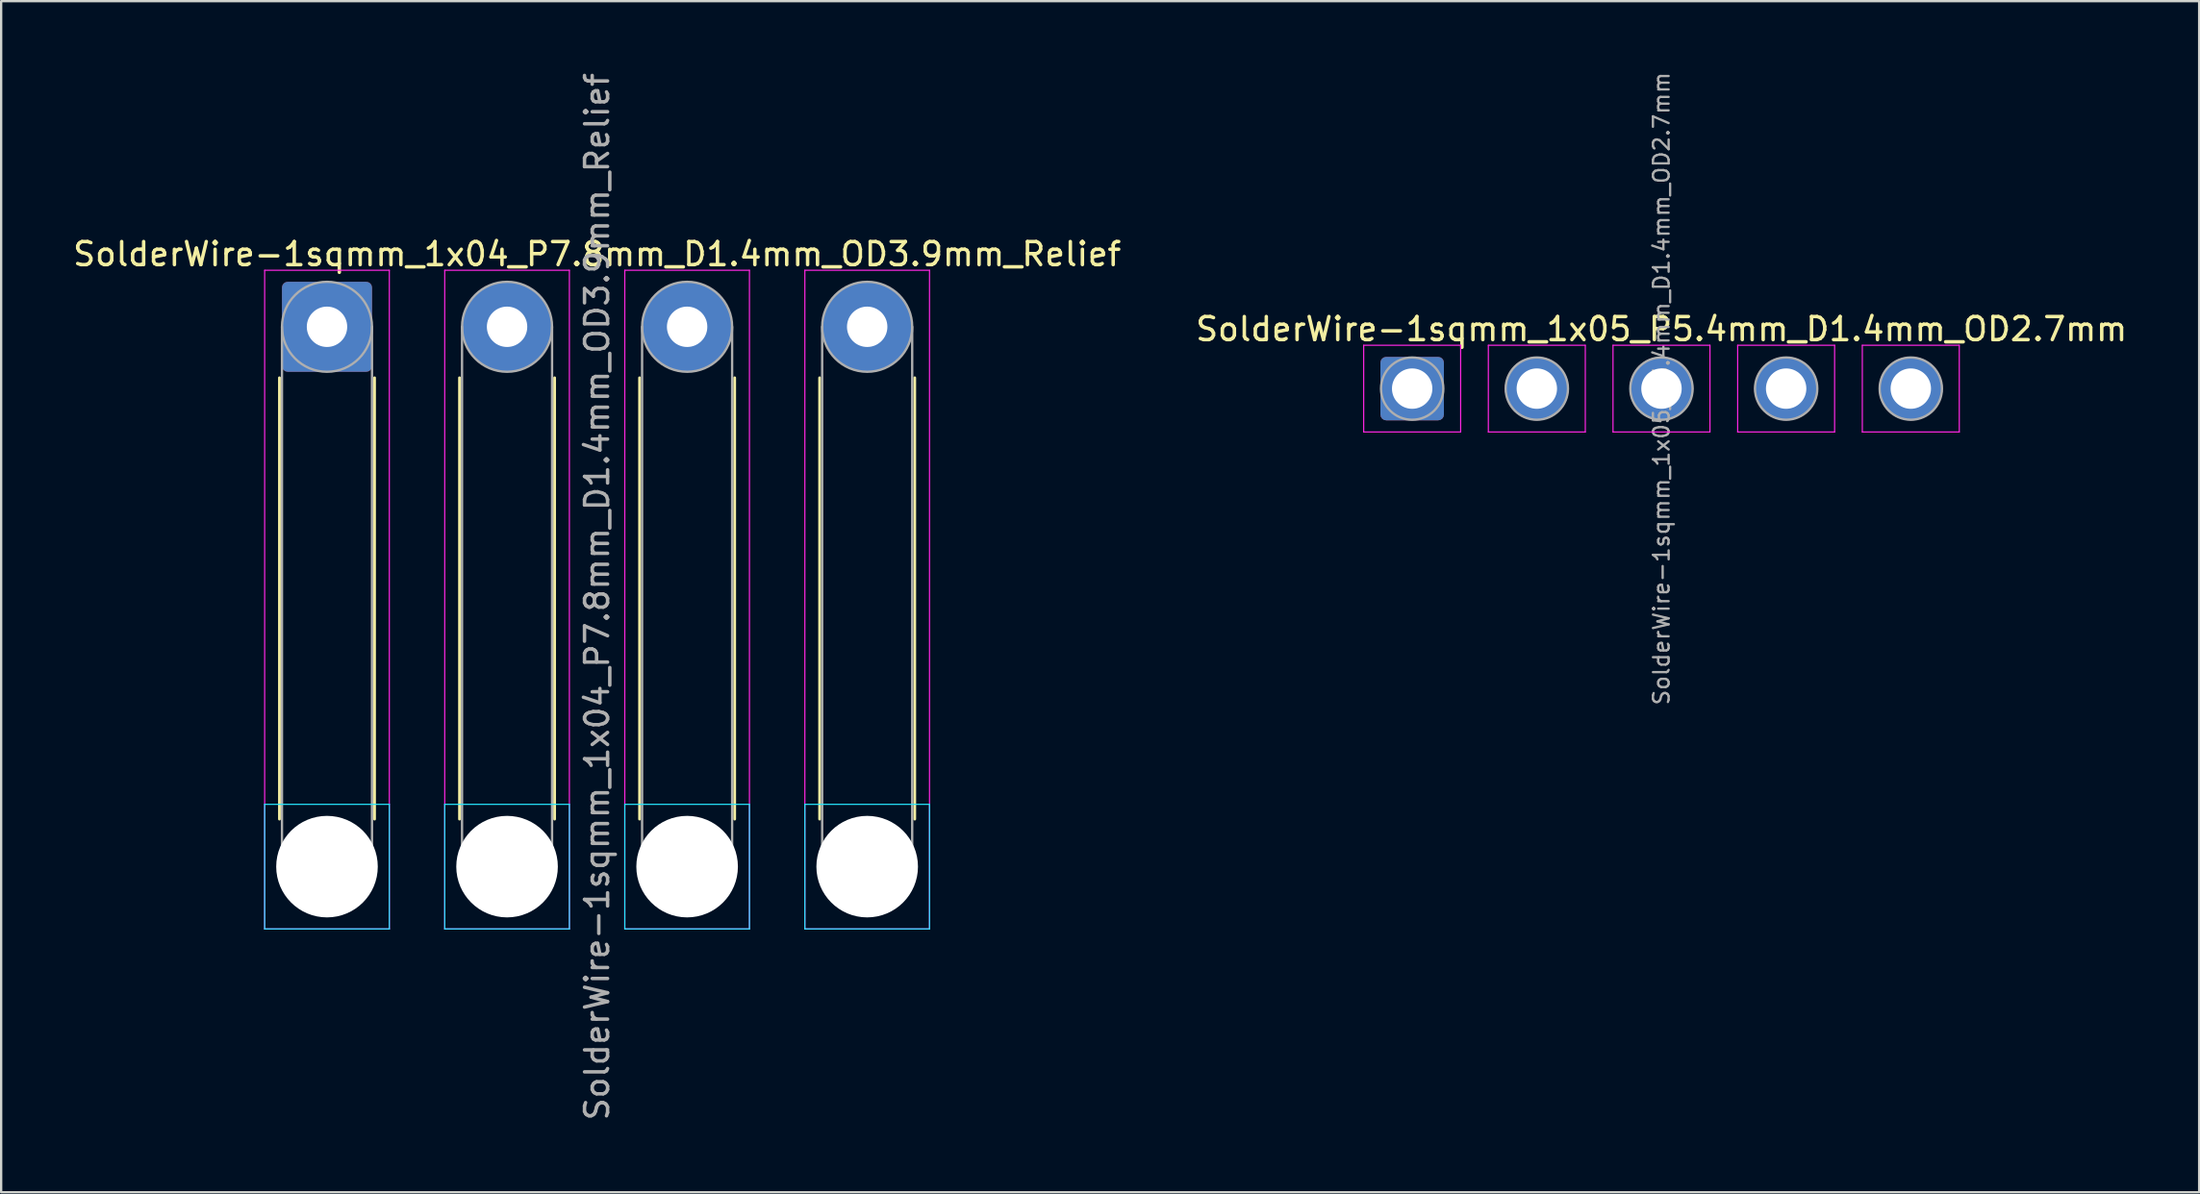
<source format=kicad_pcb>
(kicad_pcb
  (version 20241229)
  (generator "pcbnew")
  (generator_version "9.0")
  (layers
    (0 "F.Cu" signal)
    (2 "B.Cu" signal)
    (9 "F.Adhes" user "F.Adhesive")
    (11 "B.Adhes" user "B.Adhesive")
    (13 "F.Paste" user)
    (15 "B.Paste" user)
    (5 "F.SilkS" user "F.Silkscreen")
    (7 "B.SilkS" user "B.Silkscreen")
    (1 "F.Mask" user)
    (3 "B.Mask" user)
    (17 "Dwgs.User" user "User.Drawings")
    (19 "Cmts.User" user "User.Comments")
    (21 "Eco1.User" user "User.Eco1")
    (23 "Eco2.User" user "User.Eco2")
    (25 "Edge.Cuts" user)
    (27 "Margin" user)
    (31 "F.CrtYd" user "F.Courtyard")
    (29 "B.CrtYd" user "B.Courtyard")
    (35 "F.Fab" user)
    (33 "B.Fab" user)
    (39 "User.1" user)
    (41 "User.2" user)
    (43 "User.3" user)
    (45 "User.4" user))
  (footprint "SolderWire-1sqmm_1x05_P5.4mm_D1.4mm_OD2.7mm"
    (layer "F.Cu")
    (at 58.123 13.795)
    (property "Reference" "SolderWire-1sqmm_1x05_P5.4mm_D1.4mm_OD2.7mm" (at 10.8 -2.58 0) (layer "F.SilkS") (effects (font (size 1 1) (thickness 0.15))))
    (attr exclude_from_pos_files exclude_from_bom)
    (fp_line (start -2.1 -1.88) (end -2.1 1.88) (stroke (width 0.05) (type solid)) (layer "F.CrtYd"))
    (fp_line (start -2.1 1.88) (end 2.1 1.88) (stroke (width 0.05) (type solid)) (layer "F.CrtYd"))
    (fp_line (start 2.1 -1.88) (end -2.1 -1.88) (stroke (width 0.05) (type solid)) (layer "F.CrtYd"))
    (fp_line (start 2.1 1.88) (end 2.1 -1.88) (stroke (width 0.05) (type solid)) (layer "F.CrtYd"))
    (fp_line (start 3.3 -1.88) (end 3.3 1.88) (stroke (width 0.05) (type solid)) (layer "F.CrtYd"))
    (fp_line (start 3.3 1.88) (end 7.5 1.88) (stroke (width 0.05) (type solid)) (layer "F.CrtYd"))
    (fp_line (start 7.5 -1.88) (end 3.3 -1.88) (stroke (width 0.05) (type solid)) (layer "F.CrtYd"))
    (fp_line (start 7.5 1.88) (end 7.5 -1.88) (stroke (width 0.05) (type solid)) (layer "F.CrtYd"))
    (fp_line (start 8.7 -1.88) (end 8.7 1.88) (stroke (width 0.05) (type solid)) (layer "F.CrtYd"))
    (fp_line (start 8.7 1.88) (end 12.9 1.88) (stroke (width 0.05) (type solid)) (layer "F.CrtYd"))
    (fp_line (start 12.9 -1.88) (end 8.7 -1.88) (stroke (width 0.05) (type solid)) (layer "F.CrtYd"))
    (fp_line (start 12.9 1.88) (end 12.9 -1.88) (stroke (width 0.05) (type solid)) (layer "F.CrtYd"))
    (fp_line (start 14.1 -1.88) (end 14.1 1.88) (stroke (width 0.05) (type solid)) (layer "F.CrtYd"))
    (fp_line (start 14.1 1.88) (end 18.3 1.88) (stroke (width 0.05) (type solid)) (layer "F.CrtYd"))
    (fp_line (start 18.3 -1.88) (end 14.1 -1.88) (stroke (width 0.05) (type solid)) (layer "F.CrtYd"))
    (fp_line (start 18.3 1.88) (end 18.3 -1.88) (stroke (width 0.05) (type solid)) (layer "F.CrtYd"))
    (fp_line (start 19.5 -1.88) (end 19.5 1.88) (stroke (width 0.05) (type solid)) (layer "F.CrtYd"))
    (fp_line (start 19.5 1.88) (end 23.7 1.88) (stroke (width 0.05) (type solid)) (layer "F.CrtYd"))
    (fp_line (start 23.7 -1.88) (end 19.5 -1.88) (stroke (width 0.05) (type solid)) (layer "F.CrtYd"))
    (fp_line (start 23.7 1.88) (end 23.7 -1.88) (stroke (width 0.05) (type solid)) (layer "F.CrtYd"))
    (fp_circle (center 0 0) (end 1.35 0) (stroke (width 0.1) (type solid)) (fill no) (layer "F.Fab"))
    (fp_circle (center 5.4 0) (end 6.75 0) (stroke (width 0.1) (type solid)) (fill no) (layer "F.Fab"))
    (fp_circle (center 10.8 0) (end 12.15 0) (stroke (width 0.1) (type solid)) (fill no) (layer "F.Fab"))
    (fp_circle (center 16.2 0) (end 17.55 0) (stroke (width 0.1) (type solid)) (fill no) (layer "F.Fab"))
    (fp_circle (center 21.6 0) (end 22.95 0) (stroke (width 0.1) (type solid)) (fill no) (layer "F.Fab"))
    (fp_text user "${REFERENCE}" (at 10.8 0 90) (layer "F.Fab") (effects (font (size 0.68 0.68) (thickness 0.1))))
    (pad "1" thru_hole roundrect (at 0 0) (size 2.75 2.75) (drill 1.75) (layers "*.Cu" "*.Mask") (roundrect_rratio 0.091))
    (pad "2" thru_hole circle (at 5.4 0) (size 2.75 2.75) (drill 1.75) (layers "*.Cu" "*.Mask"))
    (pad "3" thru_hole circle (at 10.8 0) (size 2.75 2.75) (drill 1.75) (layers "*.Cu" "*.Mask"))
    (pad "4" thru_hole circle (at 16.2 0) (size 2.75 2.75) (drill 1.75) (layers "*.Cu" "*.Mask"))
    (pad "5" thru_hole circle (at 21.6 0) (size 2.75 2.75) (drill 1.75) (layers "*.Cu" "*.Mask")))
  (footprint "SolderWire-1sqmm_1x04_P7.8mm_D1.4mm_OD3.9mm_Relief"
    (layer "F.Cu")
    (at 11.115 11.115)
    (property "Reference" "SolderWire-1sqmm_1x04_P7.8mm_D1.4mm_OD3.9mm_Relief" (at 11.7 -3.15 0) (layer "F.SilkS") (effects (font (size 1 1) (thickness 0.15))))
    (attr exclude_from_pos_files exclude_from_bom)
    (fp_line (start -2.06 2.21) (end -2.06 21.34) (stroke (width 0.12) (type solid)) (layer "F.SilkS"))
    (fp_line (start 2.06 2.21) (end 2.06 21.34) (stroke (width 0.12) (type solid)) (layer "F.SilkS"))
    (fp_line (start 5.74 2.21) (end 5.74 21.34) (stroke (width 0.12) (type solid)) (layer "F.SilkS"))
    (fp_line (start 9.86 2.21) (end 9.86 21.34) (stroke (width 0.12) (type solid)) (layer "F.SilkS"))
    (fp_line (start 13.54 2.21) (end 13.54 21.34) (stroke (width 0.12) (type solid)) (layer "F.SilkS"))
    (fp_line (start 17.66 2.21) (end 17.66 21.34) (stroke (width 0.12) (type solid)) (layer "F.SilkS"))
    (fp_line (start 21.34 2.21) (end 21.34 21.34) (stroke (width 0.12) (type solid)) (layer "F.SilkS"))
    (fp_line (start 25.46 2.21) (end 25.46 21.34) (stroke (width 0.12) (type solid)) (layer "F.SilkS"))
    (fp_line (start -2.7 20.7) (end -2.7 26.1) (stroke (width 0.05) (type solid)) (layer "B.CrtYd"))
    (fp_line (start -2.7 26.1) (end 2.7 26.1) (stroke (width 0.05) (type solid)) (layer "B.CrtYd"))
    (fp_line (start 2.7 20.7) (end -2.7 20.7) (stroke (width 0.05) (type solid)) (layer "B.CrtYd"))
    (fp_line (start 2.7 26.1) (end 2.7 20.7) (stroke (width 0.05) (type solid)) (layer "B.CrtYd"))
    (fp_line (start 5.1 20.7) (end 5.1 26.1) (stroke (width 0.05) (type solid)) (layer "B.CrtYd"))
    (fp_line (start 5.1 26.1) (end 10.5 26.1) (stroke (width 0.05) (type solid)) (layer "B.CrtYd"))
    (fp_line (start 10.5 20.7) (end 5.1 20.7) (stroke (width 0.05) (type solid)) (layer "B.CrtYd"))
    (fp_line (start 10.5 26.1) (end 10.5 20.7) (stroke (width 0.05) (type solid)) (layer "B.CrtYd"))
    (fp_line (start 12.9 20.7) (end 12.9 26.1) (stroke (width 0.05) (type solid)) (layer "B.CrtYd"))
    (fp_line (start 12.9 26.1) (end 18.3 26.1) (stroke (width 0.05) (type solid)) (layer "B.CrtYd"))
    (fp_line (start 18.3 20.7) (end 12.9 20.7) (stroke (width 0.05) (type solid)) (layer "B.CrtYd"))
    (fp_line (start 18.3 26.1) (end 18.3 20.7) (stroke (width 0.05) (type solid)) (layer "B.CrtYd"))
    (fp_line (start 20.7 20.7) (end 20.7 26.1) (stroke (width 0.05) (type solid)) (layer "B.CrtYd"))
    (fp_line (start 20.7 26.1) (end 26.1 26.1) (stroke (width 0.05) (type solid)) (layer "B.CrtYd"))
    (fp_line (start 26.1 20.7) (end 20.7 20.7) (stroke (width 0.05) (type solid)) (layer "B.CrtYd"))
    (fp_line (start 26.1 26.1) (end 26.1 20.7) (stroke (width 0.05) (type solid)) (layer "B.CrtYd"))
    (fp_line (start -2.7 -2.45) (end -2.7 26.1) (stroke (width 0.05) (type solid)) (layer "F.CrtYd"))
    (fp_line (start -2.7 26.1) (end 2.7 26.1) (stroke (width 0.05) (type solid)) (layer "F.CrtYd"))
    (fp_line (start 2.7 -2.45) (end -2.7 -2.45) (stroke (width 0.05) (type solid)) (layer "F.CrtYd"))
    (fp_line (start 2.7 26.1) (end 2.7 -2.45) (stroke (width 0.05) (type solid)) (layer "F.CrtYd"))
    (fp_line (start 5.1 -2.45) (end 5.1 26.1) (stroke (width 0.05) (type solid)) (layer "F.CrtYd"))
    (fp_line (start 5.1 26.1) (end 10.5 26.1) (stroke (width 0.05) (type solid)) (layer "F.CrtYd"))
    (fp_line (start 10.5 -2.45) (end 5.1 -2.45) (stroke (width 0.05) (type solid)) (layer "F.CrtYd"))
    (fp_line (start 10.5 26.1) (end 10.5 -2.45) (stroke (width 0.05) (type solid)) (layer "F.CrtYd"))
    (fp_line (start 12.9 -2.45) (end 12.9 26.1) (stroke (width 0.05) (type solid)) (layer "F.CrtYd"))
    (fp_line (start 12.9 26.1) (end 18.3 26.1) (stroke (width 0.05) (type solid)) (layer "F.CrtYd"))
    (fp_line (start 18.3 -2.45) (end 12.9 -2.45) (stroke (width 0.05) (type solid)) (layer "F.CrtYd"))
    (fp_line (start 18.3 26.1) (end 18.3 -2.45) (stroke (width 0.05) (type solid)) (layer "F.CrtYd"))
    (fp_line (start 20.7 -2.45) (end 20.7 26.1) (stroke (width 0.05) (type solid)) (layer "F.CrtYd"))
    (fp_line (start 20.7 26.1) (end 26.1 26.1) (stroke (width 0.05) (type solid)) (layer "F.CrtYd"))
    (fp_line (start 26.1 -2.45) (end 20.7 -2.45) (stroke (width 0.05) (type solid)) (layer "F.CrtYd"))
    (fp_line (start 26.1 26.1) (end 26.1 -2.45) (stroke (width 0.05) (type solid)) (layer "F.CrtYd"))
    (fp_line (start -1.95 0) (end -1.95 23.4) (stroke (width 0.1) (type solid)) (layer "F.Fab"))
    (fp_line (start 1.95 0) (end 1.95 23.4) (stroke (width 0.1) (type solid)) (layer "F.Fab"))
    (fp_line (start 5.85 0) (end 5.85 23.4) (stroke (width 0.1) (type solid)) (layer "F.Fab"))
    (fp_line (start 9.75 0) (end 9.75 23.4) (stroke (width 0.1) (type solid)) (layer "F.Fab"))
    (fp_line (start 13.65 0) (end 13.65 23.4) (stroke (width 0.1) (type solid)) (layer "F.Fab"))
    (fp_line (start 17.55 0) (end 17.55 23.4) (stroke (width 0.1) (type solid)) (layer "F.Fab"))
    (fp_line (start 21.45 0) (end 21.45 23.4) (stroke (width 0.1) (type solid)) (layer "F.Fab"))
    (fp_line (start 25.35 0) (end 25.35 23.4) (stroke (width 0.1) (type solid)) (layer "F.Fab"))
    (fp_circle (center 0 0) (end 1.95 0) (stroke (width 0.1) (type solid)) (fill no) (layer "F.Fab"))
    (fp_circle (center 0 23.4) (end 1.95 23.4) (stroke (width 0.1) (type solid)) (fill no) (layer "F.Fab"))
    (fp_circle (center 7.8 0) (end 9.75 0) (stroke (width 0.1) (type solid)) (fill no) (layer "F.Fab"))
    (fp_circle (center 7.8 23.4) (end 9.75 23.4) (stroke (width 0.1) (type solid)) (fill no) (layer "F.Fab"))
    (fp_circle (center 15.6 0) (end 17.55 0) (stroke (width 0.1) (type solid)) (fill no) (layer "F.Fab"))
    (fp_circle (center 15.6 23.4) (end 17.55 23.4) (stroke (width 0.1) (type solid)) (fill no) (layer "F.Fab"))
    (fp_circle (center 23.4 0) (end 25.35 0) (stroke (width 0.1) (type solid)) (fill no) (layer "F.Fab"))
    (fp_circle (center 23.4 23.4) (end 25.35 23.4) (stroke (width 0.1) (type solid)) (fill no) (layer "F.Fab"))
    (fp_text user "${REFERENCE}" (at 11.7 11.7 90) (layer "F.Fab") (effects (font (size 1 1) (thickness 0.15))))
    (pad "" np_thru_hole circle (at 0 23.4) (size 4.4 4.4) (drill 4.4) (layers "*.Cu" "*.Mask"))
    (pad "" np_thru_hole circle (at 7.8 23.4) (size 4.4 4.4) (drill 4.4) (layers "*.Cu" "*.Mask"))
    (pad "" np_thru_hole circle (at 15.6 23.4) (size 4.4 4.4) (drill 4.4) (layers "*.Cu" "*.Mask"))
    (pad "" np_thru_hole circle (at 23.4 23.4) (size 4.4 4.4) (drill 4.4) (layers "*.Cu" "*.Mask"))
    (pad "1" thru_hole roundrect (at 0 0) (size 3.9 3.9) (drill 1.75) (layers "*.Cu" "*.Mask") (roundrect_rratio 0.064))
    (pad "2" thru_hole circle (at 7.8 0) (size 3.9 3.9) (drill 1.75) (layers "*.Cu" "*.Mask"))
    (pad "3" thru_hole circle (at 15.6 0) (size 3.9 3.9) (drill 1.75) (layers "*.Cu" "*.Mask"))
    (pad "4" thru_hole circle (at 23.4 0) (size 3.9 3.9) (drill 1.75) (layers "*.Cu" "*.Mask")))
  (gr_rect
    (start -3 -3)
    (end 92.214 48.631)
    (stroke (width 0.1) (type default))
    (fill no)
    (layer "Edge.Cuts")))
</source>
